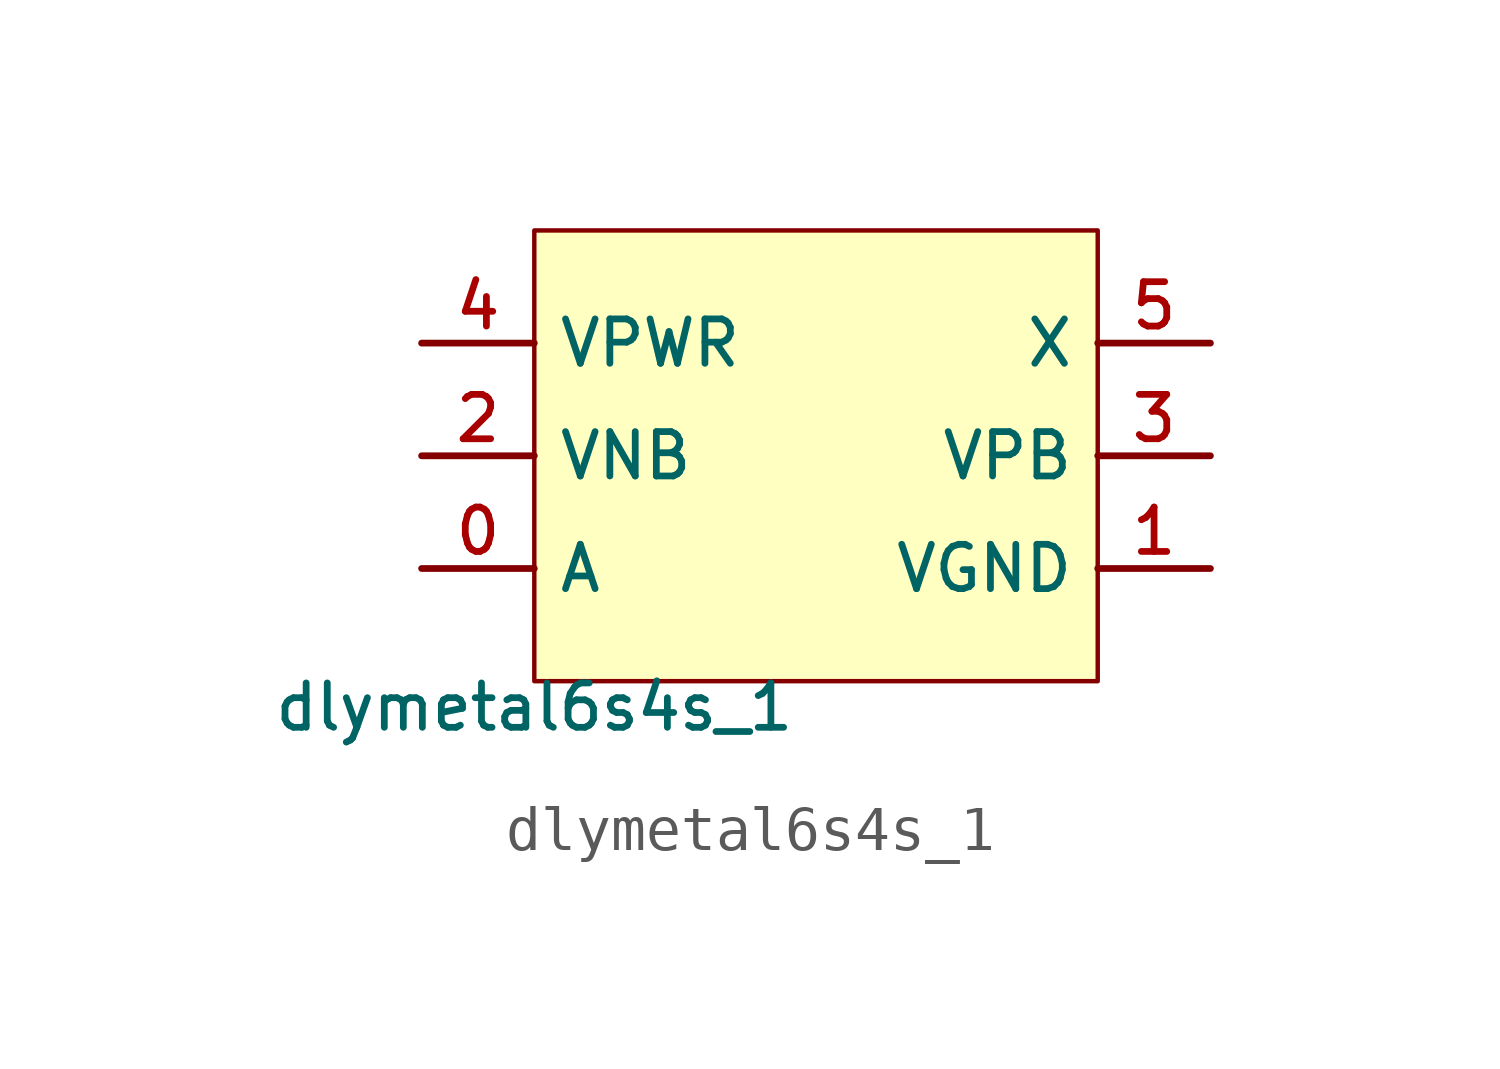
<source format=kicad_sym>
(kicad_symbol_lib
  (version 20211014)
  (generator pdk2kicad)
  (symbol "dlymetal6s4s_1"
    (property "Reference" "X"
      (at 0 0 0)
      (effects (font (size 1 1)) hide))
    (property "Value" "dlymetal6s4s_1"
      (at -6.35 -5.08 0)
      (effects (font (size 1 1)) (justify top)))
    (rectangle
      (start -6.35 -5.08)
      (end 6.35 5.08)
      (stroke (width 0.1) (type solid) (color 0 0 0 0))
      (fill (type background)))
    (pin bidirectional line
      (at -8.89 -2.54 0)
      (length 2.54)
      (name "A" (effects (font (size 1 1)) hide))
      (number "0" (effects (font (size 1 1)) hide)))
    (pin bidirectional line
      (at 8.89 -2.54 180)
      (length 2.54)
      (name "VGND" (effects (font (size 1 1)) hide))
      (number "1" (effects (font (size 1 1)) hide)))
    (pin bidirectional line
      (at -8.89 0.0 0)
      (length 2.54)
      (name "VNB" (effects (font (size 1 1)) hide))
      (number "2" (effects (font (size 1 1)) hide)))
    (pin bidirectional line
      (at 8.89 0.0 180)
      (length 2.54)
      (name "VPB" (effects (font (size 1 1)) hide))
      (number "3" (effects (font (size 1 1)) hide)))
    (pin bidirectional line
      (at -8.89 2.54 0)
      (length 2.54)
      (name "VPWR" (effects (font (size 1 1)) hide))
      (number "4" (effects (font (size 1 1)) hide)))
    (pin bidirectional line
      (at 8.89 2.54 180)
      (length 2.54)
      (name "X" (effects (font (size 1 1)) hide))
      (number "5" (effects (font (size 1 1)) hide)))))
</source>
